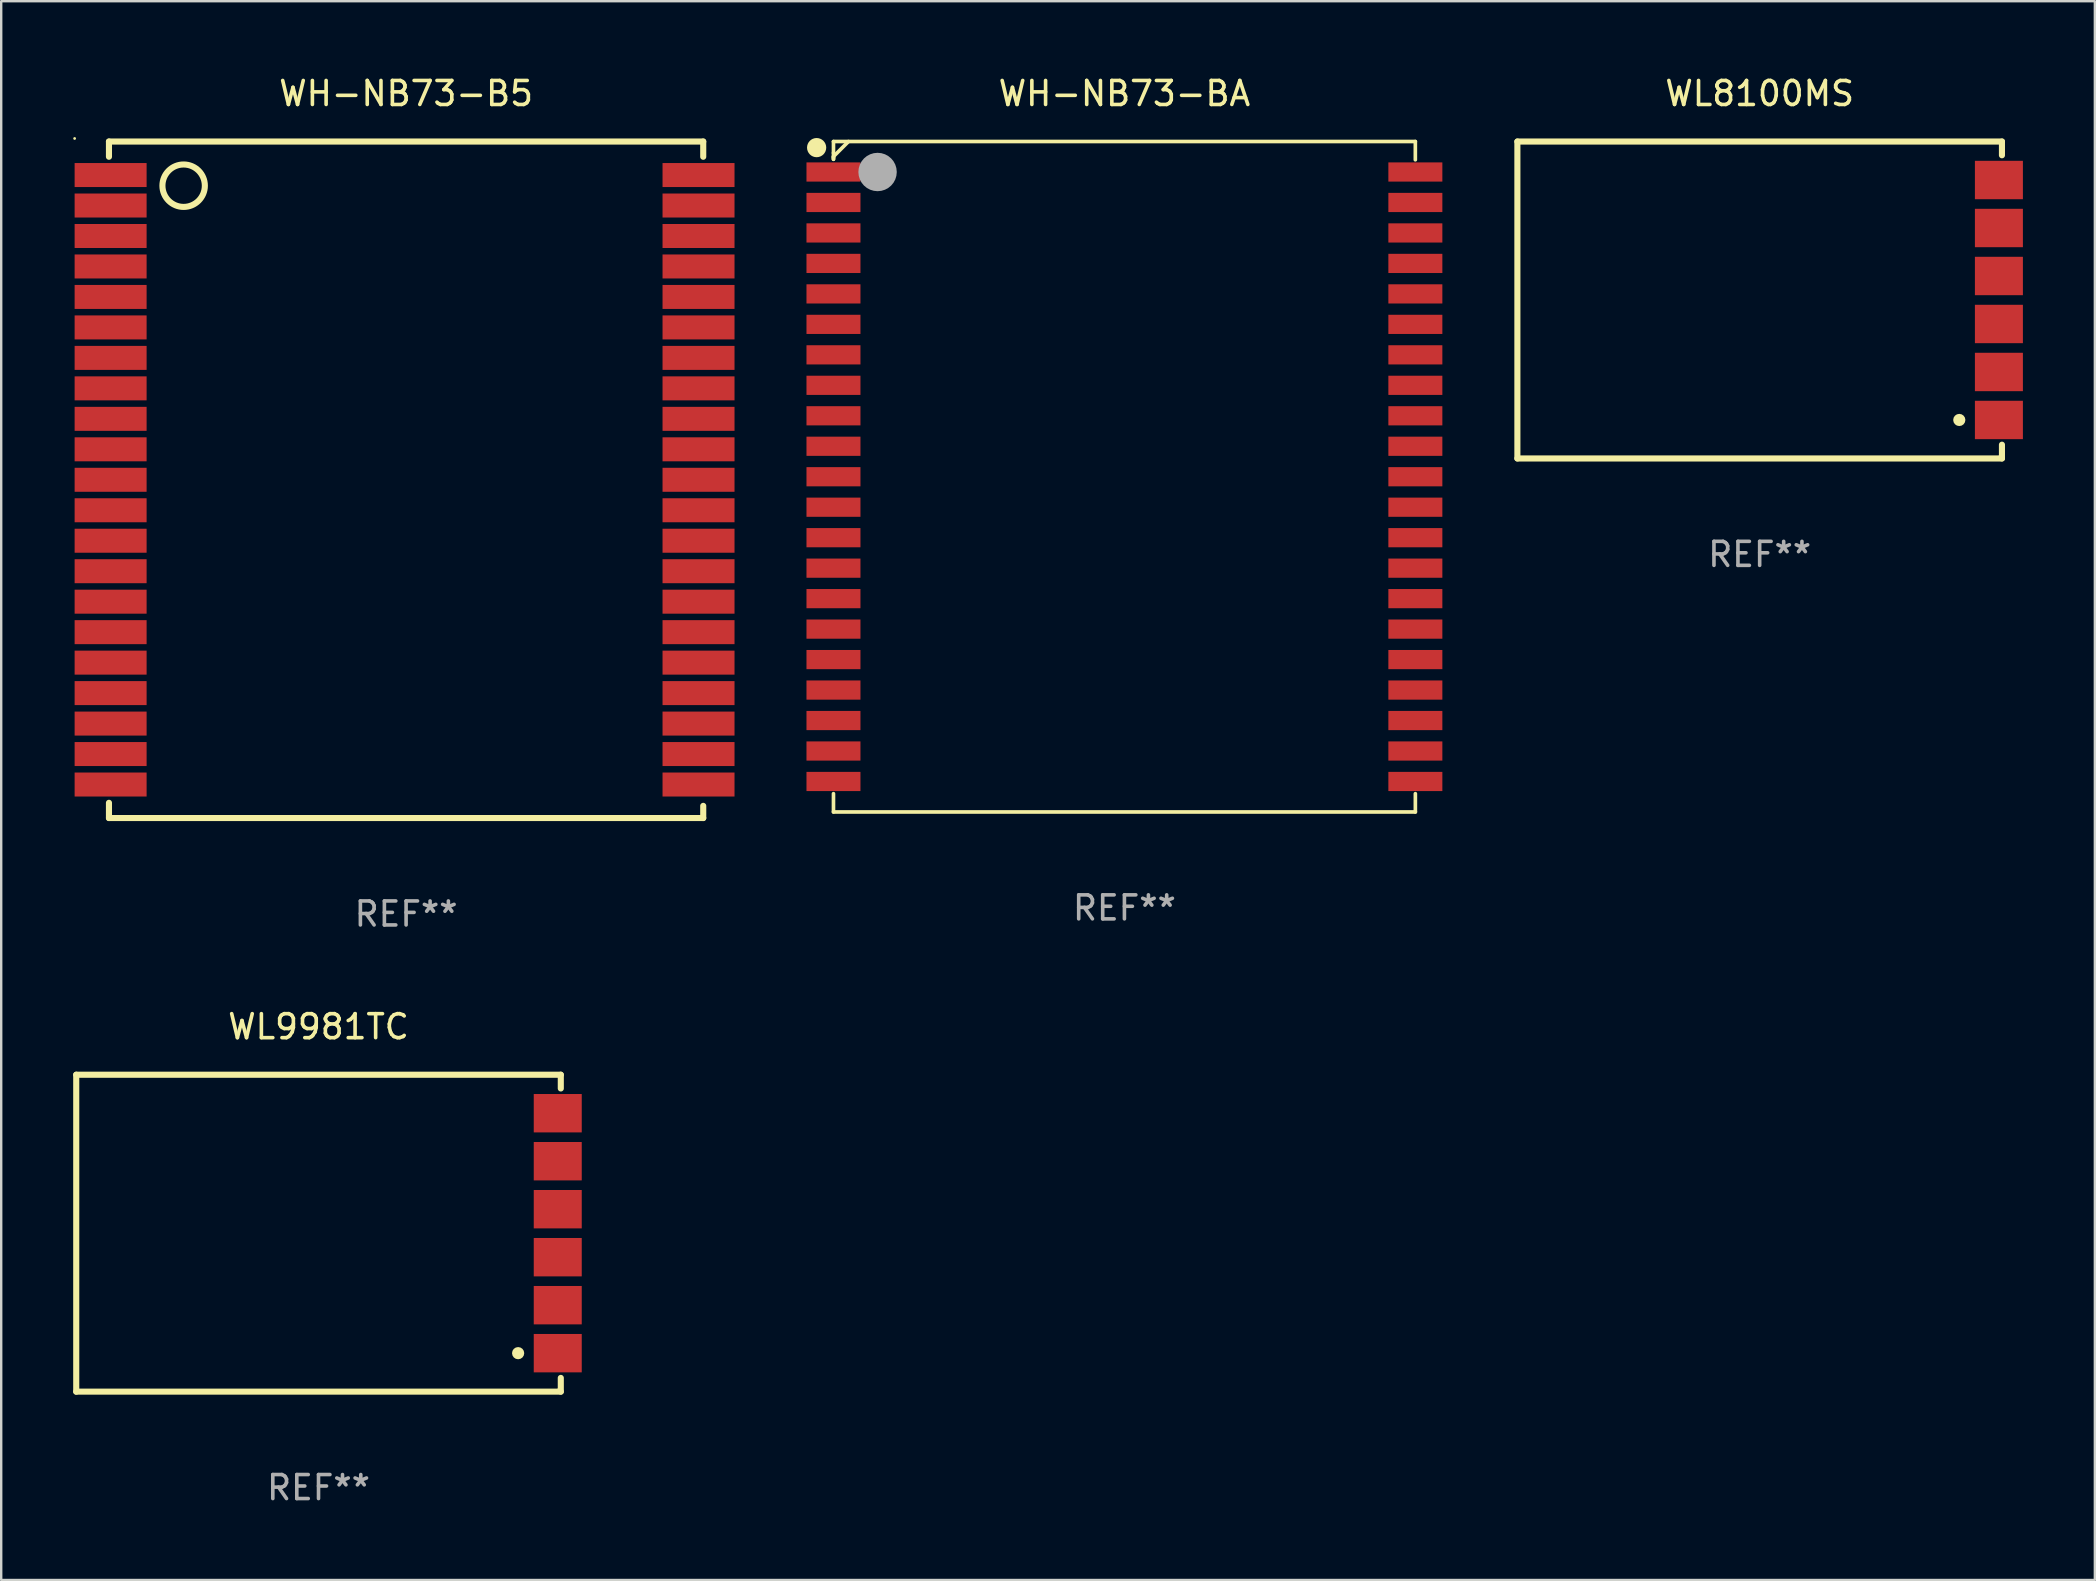
<source format=kicad_pcb>
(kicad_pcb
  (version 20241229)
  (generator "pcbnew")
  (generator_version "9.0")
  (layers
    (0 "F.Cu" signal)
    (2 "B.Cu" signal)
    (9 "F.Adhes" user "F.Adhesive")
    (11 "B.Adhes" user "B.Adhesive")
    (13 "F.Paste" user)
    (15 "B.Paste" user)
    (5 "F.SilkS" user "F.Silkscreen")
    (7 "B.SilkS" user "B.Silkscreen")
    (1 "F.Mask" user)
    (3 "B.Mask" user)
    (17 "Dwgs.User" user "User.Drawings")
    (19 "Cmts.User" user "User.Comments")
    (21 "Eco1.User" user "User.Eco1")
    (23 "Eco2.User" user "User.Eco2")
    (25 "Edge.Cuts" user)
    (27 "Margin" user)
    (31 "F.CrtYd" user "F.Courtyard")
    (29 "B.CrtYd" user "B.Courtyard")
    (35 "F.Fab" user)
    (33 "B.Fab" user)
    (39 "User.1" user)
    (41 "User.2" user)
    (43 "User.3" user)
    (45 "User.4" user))
  (footprint "WL8100MS"
    (layer "F.Cu")
    (at 70.284 9.452)
    (property "Reference" "WL8100MS" (at 0 -8.604 0) (layer "F.SilkS") (effects (font (size 1 1) (thickness 0.15))))
    (attr through_hole)
    (fp_line (start -10.097 -6.604) (end 10.097 -6.604) (stroke (width 0.254) (type solid)) (layer "F.SilkS"))
    (fp_line (start -10.097 6.604) (end -10.097 -6.604) (stroke (width 0.254) (type solid)) (layer "F.SilkS"))
    (fp_line (start 10.097 -6.604) (end 10.097 -6.031) (stroke (width 0.254) (type solid)) (layer "F.SilkS"))
    (fp_line (start 10.097 6.031) (end 10.097 6.604) (stroke (width 0.254) (type solid)) (layer "F.SilkS"))
    (fp_line (start 10.097 6.604) (end -10.097 6.604) (stroke (width 0.254) (type solid)) (layer "F.SilkS"))
    (fp_circle (center 8.319 5) (end 8.446 5) (stroke (width 0.254) (type solid)) (fill no) (layer "F.SilkS"))
    (fp_circle (center 10.02 6.5) (end 10.05 6.5) (stroke (width 0.06) (type solid)) (fill no) (layer "F.SilkS"))
    (fp_text user "REF**" (at 0 10.604 0) (layer "F.Fab") (effects (font (size 1 1) (thickness 0.15))))
    (pad "1" smd rect (at 9.97 5) (size 2 1.6) (layers "F.Cu" "F.Mask" "F.Paste"))
    (pad "2" smd rect (at 9.97 3) (size 2 1.6) (layers "F.Cu" "F.Mask" "F.Paste"))
    (pad "3" smd rect (at 9.97 1) (size 2 1.6) (layers "F.Cu" "F.Mask" "F.Paste"))
    (pad "4" smd rect (at 9.97 -1) (size 2 1.6) (layers "F.Cu" "F.Mask" "F.Paste"))
    (pad "5" smd rect (at 9.97 -3) (size 2 1.6) (layers "F.Cu" "F.Mask" "F.Paste"))
    (pad "6" smd rect (at 9.97 -5) (size 2 1.6) (layers "F.Cu" "F.Mask" "F.Paste")))
  (footprint "WH-NB73-B5"
    (layer "F.Cu")
    (at 13.874 16.945)
    (property "Reference" "WH-NB73-B5" (at 0 -16.097 0) (layer "F.SilkS") (effects (font (size 1 1) (thickness 0.15))))
    (attr through_hole)
    (fp_line (start -12.383 -14.097) (end 12.383 -14.097) (stroke (width 0.254) (type solid)) (layer "F.SilkS"))
    (fp_line (start -12.383 -13.462) (end -12.383 -14.097) (stroke (width 0.254) (type solid)) (layer "F.SilkS"))
    (fp_line (start -12.383 13.462) (end -12.383 14.097) (stroke (width 0.254) (type solid)) (layer "F.SilkS"))
    (fp_line (start -12.383 14.097) (end 12.383 14.097) (stroke (width 0.254) (type solid)) (layer "F.SilkS"))
    (fp_line (start 12.383 -14.097) (end 12.383 -13.462) (stroke (width 0.254) (type solid)) (layer "F.SilkS"))
    (fp_line (start 12.383 14.097) (end 12.383 13.589) (stroke (width 0.254) (type solid)) (layer "F.SilkS"))
    (fp_circle (center -13.814 -14.224) (end -13.784 -14.224) (stroke (width 0.06) (type solid)) (fill no) (layer "F.SilkS"))
    (fp_circle (center -9.271 -12.256) (end -8.387 -12.256) (stroke (width 0.254) (type solid)) (fill no) (layer "F.SilkS"))
    (fp_text user "REF**" (at 0 18.097 0) (layer "F.Fab") (effects (font (size 1 1) (thickness 0.15))))
    (pad "1" smd rect (at -12.314 -12.7) (size 3 1) (layers "F.Cu" "F.Mask" "F.Paste"))
    (pad "2" smd rect (at -12.314 -11.43) (size 3 1) (layers "F.Cu" "F.Mask" "F.Paste"))
    (pad "3" smd rect (at -12.314 -10.16) (size 3 1) (layers "F.Cu" "F.Mask" "F.Paste"))
    (pad "4" smd rect (at -12.314 -8.89) (size 3 1) (layers "F.Cu" "F.Mask" "F.Paste"))
    (pad "5" smd rect (at -12.314 -7.62) (size 3 1) (layers "F.Cu" "F.Mask" "F.Paste"))
    (pad "6" smd rect (at -12.314 -6.35) (size 3 1) (layers "F.Cu" "F.Mask" "F.Paste"))
    (pad "7" smd rect (at -12.314 -5.08) (size 3 1) (layers "F.Cu" "F.Mask" "F.Paste"))
    (pad "8" smd rect (at -12.314 -3.81) (size 3 1) (layers "F.Cu" "F.Mask" "F.Paste"))
    (pad "9" smd rect (at -12.314 -2.54) (size 3 1) (layers "F.Cu" "F.Mask" "F.Paste"))
    (pad "10" smd rect (at -12.314 -1.27) (size 3 1) (layers "F.Cu" "F.Mask" "F.Paste"))
    (pad "11" smd rect (at -12.314 0) (size 3 1) (layers "F.Cu" "F.Mask" "F.Paste"))
    (pad "12" smd rect (at -12.314 1.27) (size 3 1) (layers "F.Cu" "F.Mask" "F.Paste"))
    (pad "13" smd rect (at -12.314 2.54) (size 3 1) (layers "F.Cu" "F.Mask" "F.Paste"))
    (pad "14" smd rect (at -12.314 3.81) (size 3 1) (layers "F.Cu" "F.Mask" "F.Paste"))
    (pad "15" smd rect (at -12.314 5.08) (size 3 1) (layers "F.Cu" "F.Mask" "F.Paste"))
    (pad "16" smd rect (at -12.314 6.35) (size 3 1) (layers "F.Cu" "F.Mask" "F.Paste"))
    (pad "17" smd rect (at -12.314 7.62) (size 3 1) (layers "F.Cu" "F.Mask" "F.Paste"))
    (pad "18" smd rect (at -12.314 8.89) (size 3 1) (layers "F.Cu" "F.Mask" "F.Paste"))
    (pad "19" smd rect (at -12.314 10.16) (size 3 1) (layers "F.Cu" "F.Mask" "F.Paste"))
    (pad "20" smd rect (at -12.314 11.43) (size 3 1) (layers "F.Cu" "F.Mask" "F.Paste"))
    (pad "21" smd rect (at -12.314 12.7) (size 3 1) (layers "F.Cu" "F.Mask" "F.Paste"))
    (pad "22" smd rect (at 12.187 12.7) (size 3 1) (layers "F.Cu" "F.Mask" "F.Paste"))
    (pad "23" smd rect (at 12.187 11.43) (size 3 1) (layers "F.Cu" "F.Mask" "F.Paste"))
    (pad "24" smd rect (at 12.187 10.16) (size 3 1) (layers "F.Cu" "F.Mask" "F.Paste"))
    (pad "25" smd rect (at 12.187 8.89) (size 3 1) (layers "F.Cu" "F.Mask" "F.Paste"))
    (pad "26" smd rect (at 12.187 7.62) (size 3 1) (layers "F.Cu" "F.Mask" "F.Paste"))
    (pad "27" smd rect (at 12.187 6.35) (size 3 1) (layers "F.Cu" "F.Mask" "F.Paste"))
    (pad "28" smd rect (at 12.187 5.08) (size 3 1) (layers "F.Cu" "F.Mask" "F.Paste"))
    (pad "29" smd rect (at 12.187 3.81) (size 3 1) (layers "F.Cu" "F.Mask" "F.Paste"))
    (pad "30" smd rect (at 12.187 2.54) (size 3 1) (layers "F.Cu" "F.Mask" "F.Paste"))
    (pad "31" smd rect (at 12.187 1.27) (size 3 1) (layers "F.Cu" "F.Mask" "F.Paste"))
    (pad "32" smd rect (at 12.187 0) (size 3 1) (layers "F.Cu" "F.Mask" "F.Paste"))
    (pad "33" smd rect (at 12.187 -1.27) (size 3 1) (layers "F.Cu" "F.Mask" "F.Paste"))
    (pad "34" smd rect (at 12.187 -2.54) (size 3 1) (layers "F.Cu" "F.Mask" "F.Paste"))
    (pad "35" smd rect (at 12.187 -3.81) (size 3 1) (layers "F.Cu" "F.Mask" "F.Paste"))
    (pad "36" smd rect (at 12.187 -5.08) (size 3 1) (layers "F.Cu" "F.Mask" "F.Paste"))
    (pad "37" smd rect (at 12.187 -6.35) (size 3 1) (layers "F.Cu" "F.Mask" "F.Paste"))
    (pad "38" smd rect (at 12.187 -7.62) (size 3 1) (layers "F.Cu" "F.Mask" "F.Paste"))
    (pad "39" smd rect (at 12.187 -8.89) (size 3 1) (layers "F.Cu" "F.Mask" "F.Paste"))
    (pad "40" smd rect (at 12.187 -10.16) (size 3 1) (layers "F.Cu" "F.Mask" "F.Paste"))
    (pad "41" smd rect (at 12.187 -11.43) (size 3 1) (layers "F.Cu" "F.Mask" "F.Paste"))
    (pad "42" smd rect (at 12.187 -12.7) (size 3 1) (layers "F.Cu" "F.Mask" "F.Paste")))
  (footprint "WH-NB73-BA"
    (layer "F.Cu")
    (at 43.81 16.818)
    (property "Reference" "WH-NB73-BA" (at 0 -15.97 0) (layer "F.SilkS") (effects (font (size 1 1) (thickness 0.15))))
    (attr through_hole)
    (fp_line (start -12.125 -13.97) (end -12.125 -13.493) (stroke (width 0.152) (type solid)) (layer "F.SilkS"))
    (fp_line (start -12.125 -13.493) (end -12.125 -13.294) (stroke (width 0.152) (type solid)) (layer "F.SilkS"))
    (fp_line (start -12.125 -13.346) (end -11.501 -13.97) (stroke (width 0.152) (type solid)) (layer "F.SilkS"))
    (fp_line (start -12.125 -13.294) (end -12.125 -13.23) (stroke (width 0.152) (type solid)) (layer "F.SilkS"))
    (fp_line (start -12.125 -13.23) (end -12.125 -13.346) (stroke (width 0.152) (type solid)) (layer "F.SilkS"))
    (fp_line (start -12.125 13.97) (end -12.125 13.208) (stroke (width 0.152) (type solid)) (layer "F.SilkS"))
    (fp_line (start 12.124 -13.97) (end -12.125 -13.97) (stroke (width 0.152) (type solid)) (layer "F.SilkS"))
    (fp_line (start 12.124 -13.208) (end 12.124 -13.97) (stroke (width 0.152) (type solid)) (layer "F.SilkS"))
    (fp_line (start 12.125 13.208) (end 12.125 13.97) (stroke (width 0.152) (type solid)) (layer "F.SilkS"))
    (fp_line (start 12.125 13.97) (end -12.125 13.97) (stroke (width 0.152) (type solid)) (layer "F.SilkS"))
    (fp_circle (center -12.827 -13.716) (end -12.627 -13.716) (stroke (width 0.4) (type solid)) (fill no) (layer "F.SilkS"))
    (fp_circle (center -12.125 -13.97) (end -12.095 -13.97) (stroke (width 0.06) (type solid)) (fill no) (layer "F.SilkS"))
    (fp_circle (center -10.287 -12.7) (end -9.887 -12.7) (stroke (width 0.8) (type solid)) (fill no) (layer "F.Fab"))
    (fp_text user "REF**" (at 0 17.97 0) (layer "F.Fab") (effects (font (size 1 1) (thickness 0.15))))
    (pad "1" smd rect (at -12.125 -12.7) (size 2.25 0.8) (layers "F.Cu" "F.Mask" "F.Paste"))
    (pad "2" smd rect (at -12.125 -11.43) (size 2.25 0.8) (layers "F.Cu" "F.Mask" "F.Paste"))
    (pad "3" smd rect (at -12.125 -10.16) (size 2.25 0.8) (layers "F.Cu" "F.Mask" "F.Paste"))
    (pad "4" smd rect (at -12.125 -8.89) (size 2.25 0.8) (layers "F.Cu" "F.Mask" "F.Paste"))
    (pad "5" smd rect (at -12.125 -7.62) (size 2.25 0.8) (layers "F.Cu" "F.Mask" "F.Paste"))
    (pad "6" smd rect (at -12.125 -6.35) (size 2.25 0.8) (layers "F.Cu" "F.Mask" "F.Paste"))
    (pad "7" smd rect (at -12.125 -5.08) (size 2.25 0.8) (layers "F.Cu" "F.Mask" "F.Paste"))
    (pad "8" smd rect (at -12.125 -3.81) (size 2.25 0.8) (layers "F.Cu" "F.Mask" "F.Paste"))
    (pad "9" smd rect (at -12.125 -2.54) (size 2.25 0.8) (layers "F.Cu" "F.Mask" "F.Paste"))
    (pad "10" smd rect (at -12.125 -1.27) (size 2.25 0.8) (layers "F.Cu" "F.Mask" "F.Paste"))
    (pad "11" smd rect (at -12.125 0) (size 2.25 0.8) (layers "F.Cu" "F.Mask" "F.Paste"))
    (pad "12" smd rect (at -12.125 1.27) (size 2.25 0.8) (layers "F.Cu" "F.Mask" "F.Paste"))
    (pad "13" smd rect (at -12.125 2.54) (size 2.25 0.8) (layers "F.Cu" "F.Mask" "F.Paste"))
    (pad "14" smd rect (at -12.125 3.81) (size 2.25 0.8) (layers "F.Cu" "F.Mask" "F.Paste"))
    (pad "15" smd rect (at -12.125 5.08) (size 2.25 0.8) (layers "F.Cu" "F.Mask" "F.Paste"))
    (pad "16" smd rect (at -12.125 6.35) (size 2.25 0.8) (layers "F.Cu" "F.Mask" "F.Paste"))
    (pad "17" smd rect (at -12.125 7.62) (size 2.25 0.8) (layers "F.Cu" "F.Mask" "F.Paste"))
    (pad "18" smd rect (at -12.125 8.89) (size 2.25 0.8) (layers "F.Cu" "F.Mask" "F.Paste"))
    (pad "19" smd rect (at -12.125 10.16) (size 2.25 0.8) (layers "F.Cu" "F.Mask" "F.Paste"))
    (pad "20" smd rect (at -12.125 11.43) (size 2.25 0.8) (layers "F.Cu" "F.Mask" "F.Paste"))
    (pad "21" smd rect (at -12.125 12.7) (size 2.25 0.8) (layers "F.Cu" "F.Mask" "F.Paste"))
    (pad "22" smd rect (at 12.125 12.7) (size 2.25 0.8) (layers "F.Cu" "F.Mask" "F.Paste"))
    (pad "23" smd rect (at 12.125 11.43) (size 2.25 0.8) (layers "F.Cu" "F.Mask" "F.Paste"))
    (pad "24" smd rect (at 12.125 10.16) (size 2.25 0.8) (layers "F.Cu" "F.Mask" "F.Paste"))
    (pad "25" smd rect (at 12.125 8.89) (size 2.25 0.8) (layers "F.Cu" "F.Mask" "F.Paste"))
    (pad "26" smd rect (at 12.125 7.62) (size 2.25 0.8) (layers "F.Cu" "F.Mask" "F.Paste"))
    (pad "27" smd rect (at 12.125 6.35) (size 2.25 0.8) (layers "F.Cu" "F.Mask" "F.Paste"))
    (pad "28" smd rect (at 12.125 5.08) (size 2.25 0.8) (layers "F.Cu" "F.Mask" "F.Paste"))
    (pad "29" smd rect (at 12.125 3.81) (size 2.25 0.8) (layers "F.Cu" "F.Mask" "F.Paste"))
    (pad "30" smd rect (at 12.125 2.54) (size 2.25 0.8) (layers "F.Cu" "F.Mask" "F.Paste"))
    (pad "31" smd rect (at 12.125 1.27) (size 2.25 0.8) (layers "F.Cu" "F.Mask" "F.Paste"))
    (pad "32" smd rect (at 12.125 0) (size 2.25 0.8) (layers "F.Cu" "F.Mask" "F.Paste"))
    (pad "33" smd rect (at 12.125 -1.27) (size 2.25 0.8) (layers "F.Cu" "F.Mask" "F.Paste"))
    (pad "34" smd rect (at 12.125 -2.54) (size 2.25 0.8) (layers "F.Cu" "F.Mask" "F.Paste"))
    (pad "35" smd rect (at 12.125 -3.81) (size 2.25 0.8) (layers "F.Cu" "F.Mask" "F.Paste"))
    (pad "36" smd rect (at 12.125 -5.08) (size 2.25 0.8) (layers "F.Cu" "F.Mask" "F.Paste"))
    (pad "37" smd rect (at 12.125 -6.35) (size 2.25 0.8) (layers "F.Cu" "F.Mask" "F.Paste"))
    (pad "38" smd rect (at 12.125 -7.62) (size 2.25 0.8) (layers "F.Cu" "F.Mask" "F.Paste"))
    (pad "39" smd rect (at 12.125 -8.89) (size 2.25 0.8) (layers "F.Cu" "F.Mask" "F.Paste"))
    (pad "40" smd rect (at 12.125 -10.16) (size 2.25 0.8) (layers "F.Cu" "F.Mask" "F.Paste"))
    (pad "41" smd rect (at 12.125 -11.43) (size 2.25 0.8) (layers "F.Cu" "F.Mask" "F.Paste"))
    (pad "42" smd rect (at 12.125 -12.7) (size 2.25 0.8) (layers "F.Cu" "F.Mask" "F.Paste")))
  (footprint "WL9981TC"
    (layer "F.Cu")
    (at 10.224 48.343)
    (property "Reference" "WL9981TC" (at 0 -8.604 0) (layer "F.SilkS") (effects (font (size 1 1) (thickness 0.15))))
    (attr through_hole)
    (fp_line (start -10.097 -6.604) (end 10.097 -6.604) (stroke (width 0.254) (type solid)) (layer "F.SilkS"))
    (fp_line (start -10.097 6.604) (end -10.097 -6.604) (stroke (width 0.254) (type solid)) (layer "F.SilkS"))
    (fp_line (start 10.097 -6.604) (end 10.097 -6.031) (stroke (width 0.254) (type solid)) (layer "F.SilkS"))
    (fp_line (start 10.097 6.031) (end 10.097 6.604) (stroke (width 0.254) (type solid)) (layer "F.SilkS"))
    (fp_line (start 10.097 6.604) (end -10.097 6.604) (stroke (width 0.254) (type solid)) (layer "F.SilkS"))
    (fp_circle (center 8.319 5) (end 8.446 5) (stroke (width 0.254) (type solid)) (fill no) (layer "F.SilkS"))
    (fp_circle (center 10.02 6.5) (end 10.05 6.5) (stroke (width 0.06) (type solid)) (fill no) (layer "F.SilkS"))
    (fp_text user "REF**" (at 0 10.604 0) (layer "F.Fab") (effects (font (size 1 1) (thickness 0.15))))
    (pad "1" smd rect (at 9.97 5) (size 2 1.6) (layers "F.Cu" "F.Mask" "F.Paste"))
    (pad "2" smd rect (at 9.97 3) (size 2 1.6) (layers "F.Cu" "F.Mask" "F.Paste"))
    (pad "3" smd rect (at 9.97 1) (size 2 1.6) (layers "F.Cu" "F.Mask" "F.Paste"))
    (pad "4" smd rect (at 9.97 -1) (size 2 1.6) (layers "F.Cu" "F.Mask" "F.Paste"))
    (pad "5" smd rect (at 9.97 -3) (size 2 1.6) (layers "F.Cu" "F.Mask" "F.Paste"))
    (pad "6" smd rect (at 9.97 -5) (size 2 1.6) (layers "F.Cu" "F.Mask" "F.Paste")))
  (gr_rect
    (start -3 -3)
    (end 84.253 62.795)
    (stroke (width 0.1) (type default))
    (fill no)
    (layer "Edge.Cuts")))
</source>
